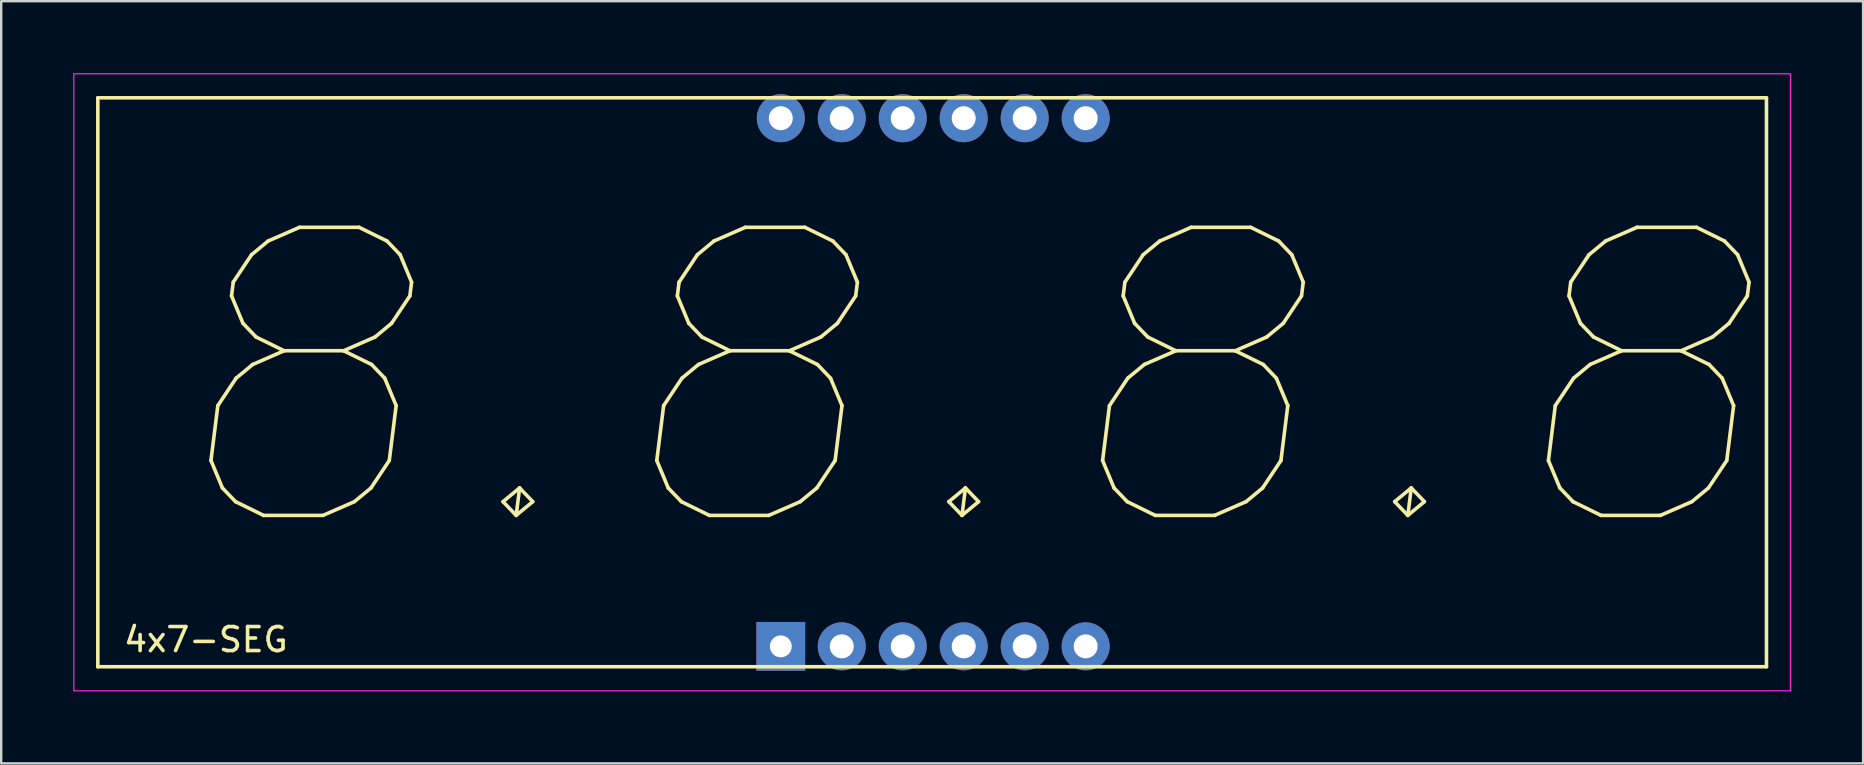
<source format=kicad_pcb>
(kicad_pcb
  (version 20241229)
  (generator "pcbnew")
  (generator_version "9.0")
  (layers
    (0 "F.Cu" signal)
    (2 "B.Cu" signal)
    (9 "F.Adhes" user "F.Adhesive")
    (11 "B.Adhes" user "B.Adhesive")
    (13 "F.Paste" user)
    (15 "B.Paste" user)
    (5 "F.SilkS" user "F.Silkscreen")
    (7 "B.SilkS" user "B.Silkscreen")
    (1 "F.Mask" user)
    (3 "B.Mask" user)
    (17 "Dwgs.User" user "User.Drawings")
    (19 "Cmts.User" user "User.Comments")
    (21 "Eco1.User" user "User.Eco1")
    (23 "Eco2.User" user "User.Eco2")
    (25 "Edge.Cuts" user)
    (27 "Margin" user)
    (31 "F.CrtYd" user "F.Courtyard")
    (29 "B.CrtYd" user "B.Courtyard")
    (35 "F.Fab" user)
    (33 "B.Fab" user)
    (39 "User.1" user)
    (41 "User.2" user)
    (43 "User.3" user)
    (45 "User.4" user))
  (footprint "4x7-SEG"
    (layer "F.Cu")
    (at 29.475 23.875)
    (property "Reference" "4x7-SEG" (at -23.95 -0.28 0) (layer "F.SilkS") (effects (font (size 1 1) (thickness 0.15))))
    (attr through_hole)
    (fp_line (start -28.45 -22.85) (end -28.45 0.85) (stroke (width 0.15) (type solid)) (layer "F.SilkS"))
    (fp_line (start -28.45 0.85) (end 41.06 0.85) (stroke (width 0.15) (type solid)) (layer "F.SilkS"))
    (fp_line (start 41.06 -22.85) (end -28.45 -22.85) (stroke (width 0.15) (type solid)) (layer "F.SilkS"))
    (fp_line (start 41.06 0.85) (end 41.06 -22.85) (stroke (width 0.15) (type solid)) (layer "F.SilkS"))
    (fp_line (start -29.45 -23.85) (end -29.45 1.85) (stroke (width 0.05) (type solid)) (layer "F.CrtYd"))
    (fp_line (start -29.45 1.85) (end 42.06 1.85) (stroke (width 0.05) (type solid)) (layer "F.CrtYd"))
    (fp_line (start 42.06 -23.85) (end -29.45 -23.85) (stroke (width 0.05) (type solid)) (layer "F.CrtYd"))
    (fp_line (start 42.06 1.85) (end 42.06 -23.85) (stroke (width 0.05) (type solid)) (layer "F.CrtYd"))
    (fp_text user "8.8.8.8" (at 7.62 -11 0) (layer "F.SilkS") (effects (font (size 12 13) (thickness 0.15) (italic yes))))
    (pad "1" thru_hole rect (at 0 0) (size 2.032 2.032) (drill 0.914) (layers "*.Cu" "*.Mask"))
    (pad "2" thru_hole circle (at 2.54 0) (size 2 2) (drill 1) (layers "*.Cu" "*.Mask"))
    (pad "3" thru_hole circle (at 5.08 0) (size 2 2) (drill 1) (layers "*.Cu" "*.Mask"))
    (pad "4" thru_hole circle (at 7.62 0) (size 2 2) (drill 1) (layers "*.Cu" "*.Mask"))
    (pad "5" thru_hole circle (at 10.16 0) (size 2 2) (drill 1) (layers "*.Cu" "*.Mask"))
    (pad "6" thru_hole circle (at 12.7 0) (size 2 2) (drill 1) (layers "*.Cu" "*.Mask"))
    (pad "7" thru_hole circle (at 12.7 -22) (size 2 2) (drill 1) (layers "*.Cu" "*.Mask"))
    (pad "8" thru_hole circle (at 10.16 -22) (size 2 2) (drill 1) (layers "*.Cu" "*.Mask"))
    (pad "9" thru_hole circle (at 7.62 -22) (size 2 2) (drill 1) (layers "*.Cu" "*.Mask"))
    (pad "10" thru_hole circle (at 5.08 -22) (size 2 2) (drill 1) (layers "*.Cu" "*.Mask"))
    (pad "11" thru_hole circle (at 2.54 -22) (size 2 2) (drill 1) (layers "*.Cu" "*.Mask"))
    (pad "12" thru_hole circle (at 0 -22) (size 2 2) (drill 1) (layers "*.Cu" "*.Mask")))
  (gr_rect
    (start -3 -3)
    (end 74.56 28.75)
    (stroke (width 0.1) (type default))
    (fill no)
    (layer "Edge.Cuts")))
</source>
